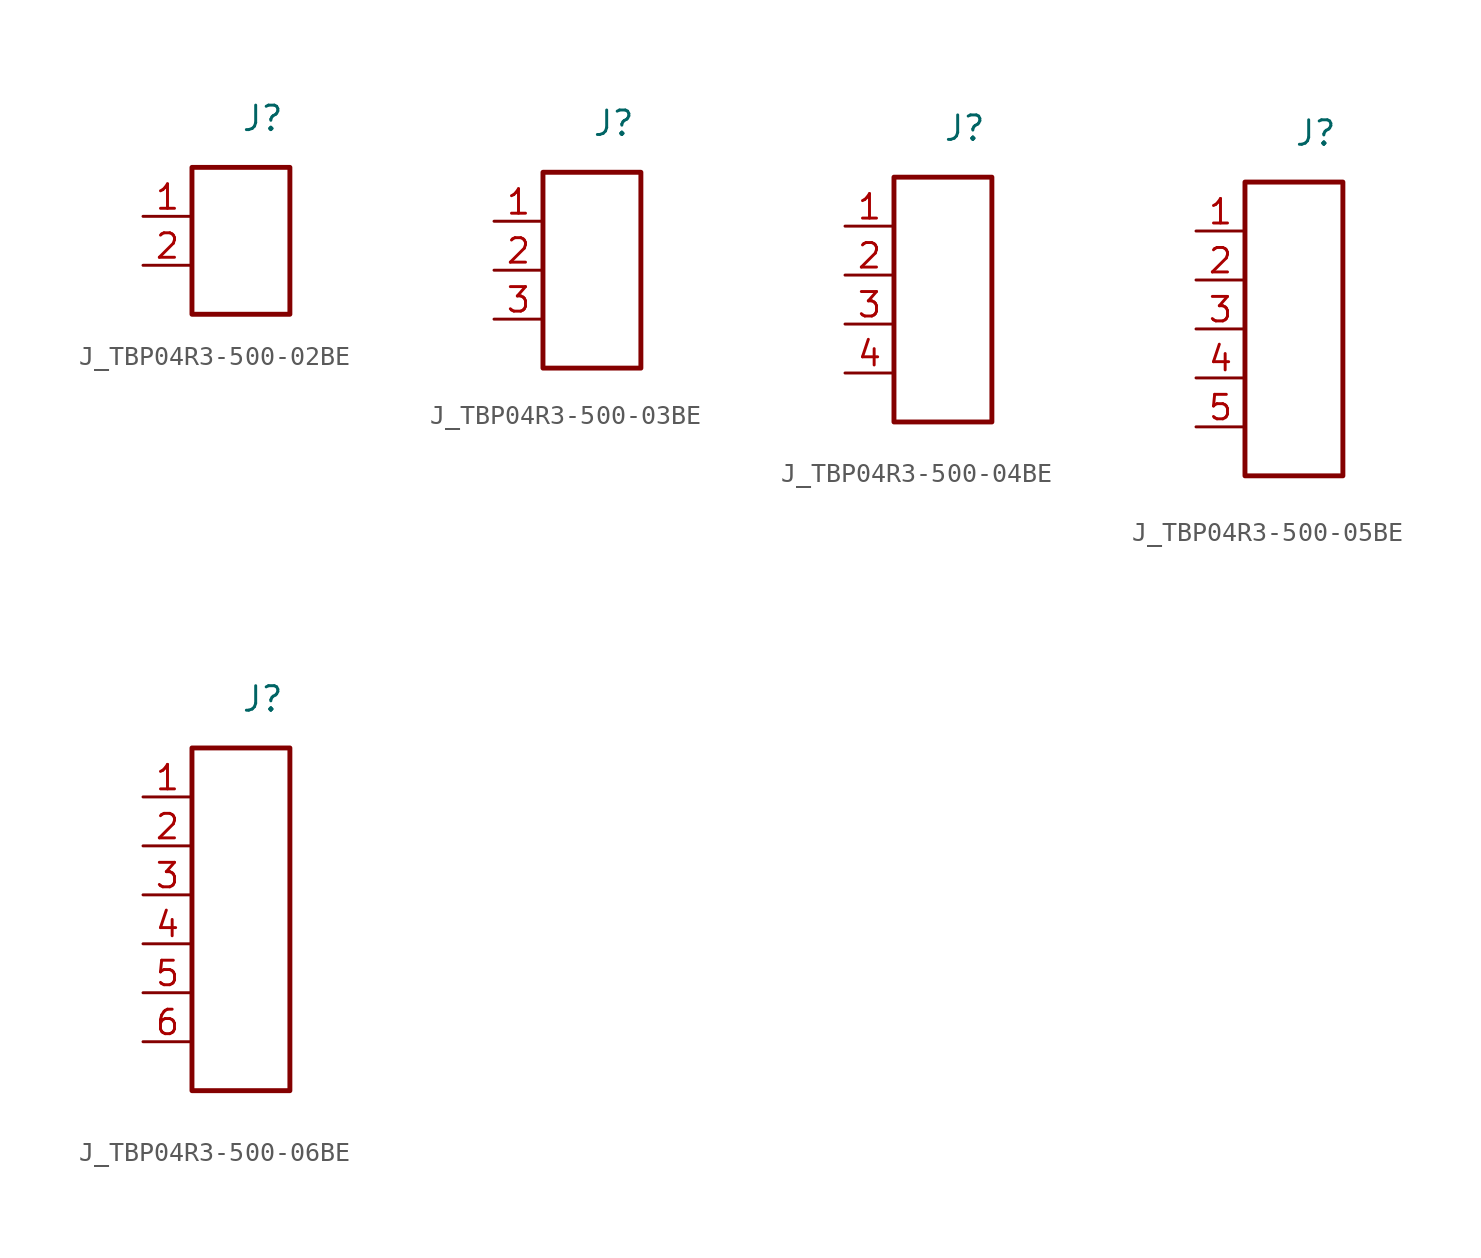
<source format=kicad_sym>
(kicad_symbol_lib
  (version 20231120)
  (generator kicad_symbol_editor)
  (generator_version 8.0)
  (symbol "J_TBP04R3-500-02BE"
    (pin_names
      (offset 0.254))
    (property "Reference" "J"
      (at 0 6.35 0)
      (effects (font (size 1.27 1.27)) (justify left)))
    (symbol "J_TBP04R3-500-02BE_0_0"
      (pin unspecified line (at -5.08 1.27 0) (length 2.54) (name "" (effects (font (size 1.27 1.27)))) (number "1" (effects (font (size 1.27 1.27)))))
      (pin unspecified line (at -5.08 -1.27 0) (length 2.54) (name "" (effects (font (size 1.27 1.27)))) (number "2" (effects (font (size 1.27 1.27))))))
    (symbol "J_TBP04R3-500-02BE_1_0"
      (rectangle (start -2.54 3.81) (end 2.54 -3.81) (stroke (width 0.254) (type solid)) (fill (type none)))))
  (symbol "J_TBP04R3-500-03BE"
    (pin_names
      (offset 0.254))
    (property "Reference" "J"
      (at 0 7.62 0)
      (effects (font (size 1.27 1.27)) (justify left)))
    (symbol "J_TBP04R3-500-03BE_0_0"
      (pin unspecified line (at -5.08 2.54 0) (length 2.54) (name "" (effects (font (size 1.27 1.27)))) (number "1" (effects (font (size 1.27 1.27)))))
      (pin unspecified line (at -5.08 0.0 0) (length 2.54) (name "" (effects (font (size 1.27 1.27)))) (number "2" (effects (font (size 1.27 1.27)))))
      (pin unspecified line (at -5.08 -2.54 0) (length 2.54) (name "" (effects (font (size 1.27 1.27)))) (number "3" (effects (font (size 1.27 1.27))))))
    (symbol "J_TBP04R3-500-03BE_1_0"
      (rectangle (start -2.54 5.08) (end 2.54 -5.08) (stroke (width 0.254) (type solid)) (fill (type none)))))
  (symbol "J_TBP04R3-500-04BE"
    (pin_names
      (offset 0.254))
    (property "Reference" "J"
      (at 0 8.89 0)
      (effects (font (size 1.27 1.27)) (justify left)))
    (symbol "J_TBP04R3-500-04BE_0_0"
      (pin unspecified line (at -5.08 3.81 0) (length 2.54) (name "" (effects (font (size 1.27 1.27)))) (number "1" (effects (font (size 1.27 1.27)))))
      (pin unspecified line (at -5.08 1.27 0) (length 2.54) (name "" (effects (font (size 1.27 1.27)))) (number "2" (effects (font (size 1.27 1.27)))))
      (pin unspecified line (at -5.08 -1.27 0) (length 2.54) (name "" (effects (font (size 1.27 1.27)))) (number "3" (effects (font (size 1.27 1.27)))))
      (pin unspecified line (at -5.08 -3.81 0) (length 2.54) (name "" (effects (font (size 1.27 1.27)))) (number "4" (effects (font (size 1.27 1.27))))))
    (symbol "J_TBP04R3-500-04BE_1_0"
      (rectangle (start -2.54 6.35) (end 2.54 -6.35) (stroke (width 0.254) (type solid)) (fill (type none)))))
  (symbol "J_TBP04R3-500-05BE"
    (pin_names
      (offset 0.254))
    (property "Reference" "J"
      (at 0 10.16 0)
      (effects (font (size 1.27 1.27)) (justify left)))
    (symbol "J_TBP04R3-500-05BE_0_0"
      (pin unspecified line (at -5.08 5.08 0) (length 2.54) (name "" (effects (font (size 1.27 1.27)))) (number "1" (effects (font (size 1.27 1.27)))))
      (pin unspecified line (at -5.08 2.54 0) (length 2.54) (name "" (effects (font (size 1.27 1.27)))) (number "2" (effects (font (size 1.27 1.27)))))
      (pin unspecified line (at -5.08 0.0 0) (length 2.54) (name "" (effects (font (size 1.27 1.27)))) (number "3" (effects (font (size 1.27 1.27)))))
      (pin unspecified line (at -5.08 -2.54 0) (length 2.54) (name "" (effects (font (size 1.27 1.27)))) (number "4" (effects (font (size 1.27 1.27)))))
      (pin unspecified line (at -5.08 -5.08 0) (length 2.54) (name "" (effects (font (size 1.27 1.27)))) (number "5" (effects (font (size 1.27 1.27))))))
    (symbol "J_TBP04R3-500-05BE_1_0"
      (rectangle (start -2.54 7.62) (end 2.54 -7.62) (stroke (width 0.254) (type solid)) (fill (type none)))))
  (symbol "J_TBP04R3-500-06BE"
    (pin_names
      (offset 0.254))
    (property "Reference" "J"
      (at 0 11.43 0)
      (effects (font (size 1.27 1.27)) (justify left)))
    (symbol "J_TBP04R3-500-06BE_0_0"
      (pin unspecified line (at -5.08 6.35 0) (length 2.54) (name "" (effects (font (size 1.27 1.27)))) (number "1" (effects (font (size 1.27 1.27)))))
      (pin unspecified line (at -5.08 3.81 0) (length 2.54) (name "" (effects (font (size 1.27 1.27)))) (number "2" (effects (font (size 1.27 1.27)))))
      (pin unspecified line (at -5.08 1.27 0) (length 2.54) (name "" (effects (font (size 1.27 1.27)))) (number "3" (effects (font (size 1.27 1.27)))))
      (pin unspecified line (at -5.08 -1.27 0) (length 2.54) (name "" (effects (font (size 1.27 1.27)))) (number "4" (effects (font (size 1.27 1.27)))))
      (pin unspecified line (at -5.08 -3.81 0) (length 2.54) (name "" (effects (font (size 1.27 1.27)))) (number "5" (effects (font (size 1.27 1.27)))))
      (pin unspecified line (at -5.08 -6.35 0) (length 2.54) (name "" (effects (font (size 1.27 1.27)))) (number "6" (effects (font (size 1.27 1.27))))))
    (symbol "J_TBP04R3-500-06BE_1_0"
      (rectangle (start -2.54 8.89) (end 2.54 -8.89) (stroke (width 0.254) (type solid)) (fill (type none))))))
</source>
